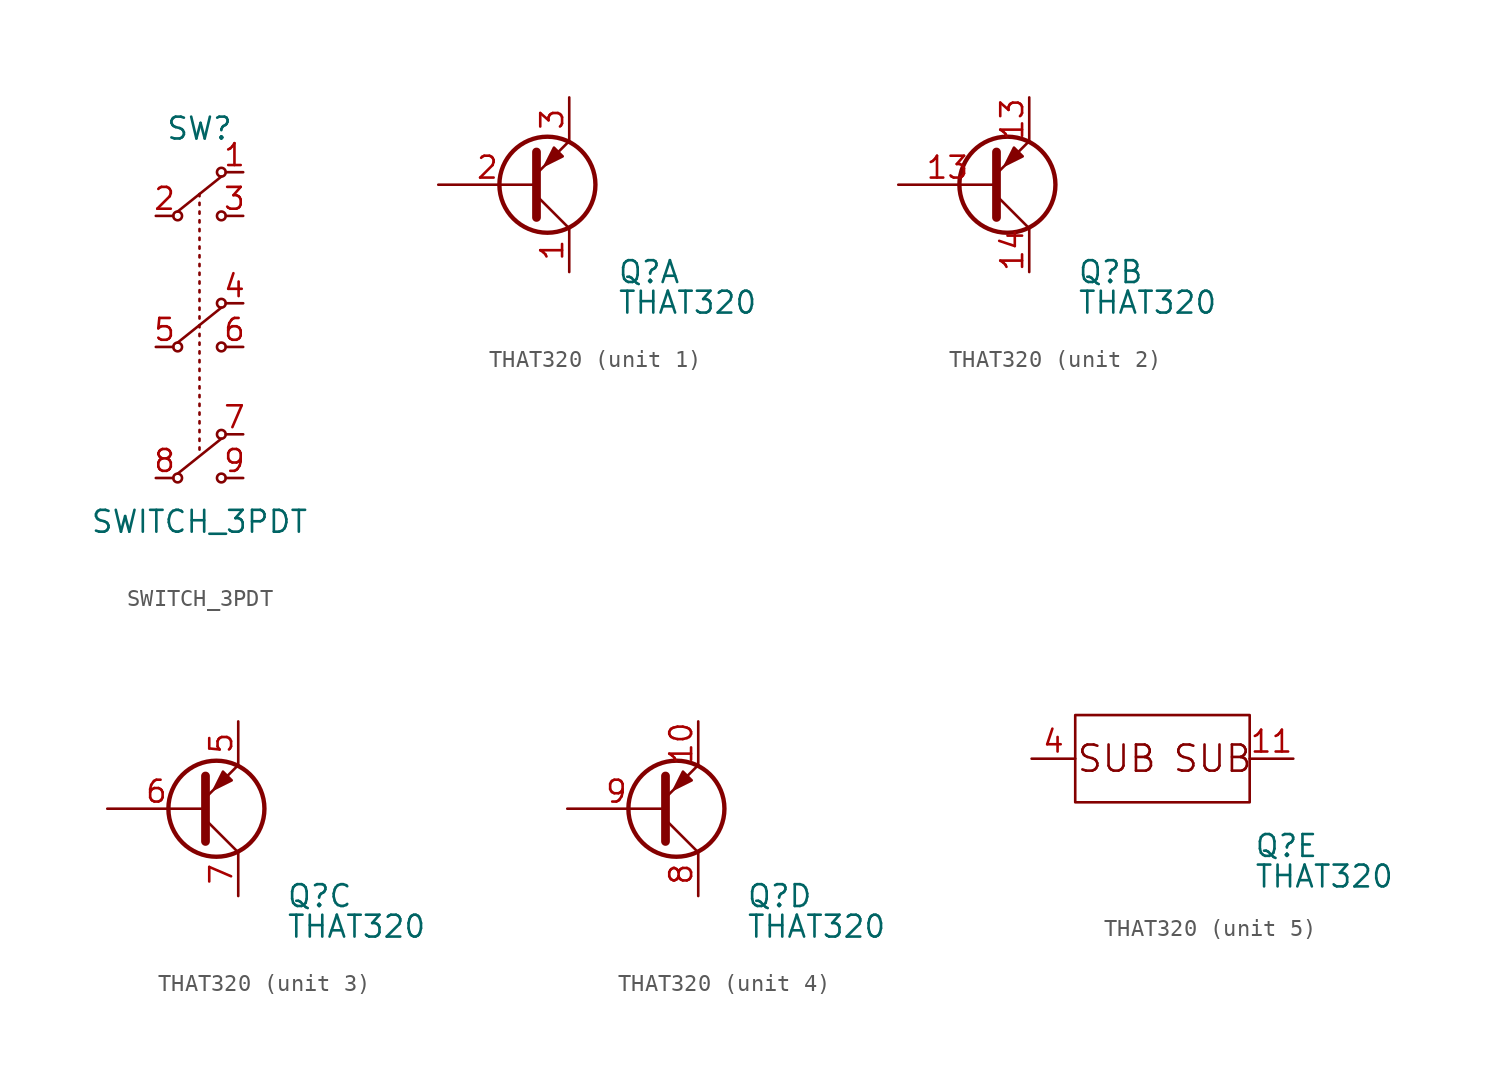
<source format=kicad_sym>
(kicad_symbol_lib
  (version 20211014)
  (generator kicad_symbol_editor)
  (symbol "SWITCH_3PDT"
    (pin_names
      (offset 0.025) hide)
    (property "Reference" "SW"
      (at 0 12.7 0)
      (effects (font (size 1.27 1.27))))
    (property "Value" "SWITCH_3PDT"
      (at 0 -10.16 0)
      (effects (font (size 1.27 1.27))))
    (symbol "SWITCH_3PDT_1_1"
      (circle (center -1.27 -7.62) (radius 0.254) (stroke (width 0) (type default) (color 0 0 0 0)) (fill (type none)))
      (circle (center -1.27 0) (radius 0.254) (stroke (width 0) (type default) (color 0 0 0 0)) (fill (type none)))
      (circle (center -1.27 7.62) (radius 0.254) (stroke (width 0) (type default) (color 0 0 0 0)) (fill (type none)))
      (polyline (pts (xy -1.27 -7.366) (xy 1.27 -5.334)) (stroke (width 0) (type default) (color 0 0 0 0)) (fill (type none)))
      (polyline (pts (xy -1.27 0.254) (xy 1.27 2.286)) (stroke (width 0) (type default) (color 0 0 0 0)) (fill (type none)))
      (polyline (pts (xy -1.27 7.874) (xy 1.27 9.906)) (stroke (width 0) (type default) (color 0 0 0 0)) (fill (type none)))
      (polyline (pts (xy 0 -5.842) (xy 0 -5.969)) (stroke (width 0) (type default) (color 0 0 0 0)) (fill (type none)))
      (polyline (pts (xy 0 -5.334) (xy 0 -5.461)) (stroke (width 0) (type default) (color 0 0 0 0)) (fill (type none)))
      (polyline (pts (xy 0 -4.826) (xy 0 -4.953)) (stroke (width 0) (type default) (color 0 0 0 0)) (fill (type none)))
      (polyline (pts (xy 0 -4.318) (xy 0 -4.445)) (stroke (width 0) (type default) (color 0 0 0 0)) (fill (type none)))
      (polyline (pts (xy 0 -3.81) (xy 0 -3.937)) (stroke (width 0) (type default) (color 0 0 0 0)) (fill (type none)))
      (polyline (pts (xy 0 -3.302) (xy 0 -3.429)) (stroke (width 0) (type default) (color 0 0 0 0)) (fill (type none)))
      (polyline (pts (xy 0 -2.794) (xy 0 -2.921)) (stroke (width 0) (type default) (color 0 0 0 0)) (fill (type none)))
      (polyline (pts (xy 0 -2.286) (xy 0 -2.413)) (stroke (width 0) (type default) (color 0 0 0 0)) (fill (type none)))
      (polyline (pts (xy 0 -1.778) (xy 0 -1.905)) (stroke (width 0) (type default) (color 0 0 0 0)) (fill (type none)))
      (polyline (pts (xy 0 -1.27) (xy 0 -1.397)) (stroke (width 0) (type default) (color 0 0 0 0)) (fill (type none)))
      (polyline (pts (xy 0 -0.762) (xy 0 -0.889)) (stroke (width 0) (type default) (color 0 0 0 0)) (fill (type none)))
      (polyline (pts (xy 0 -0.254) (xy 0 -0.381)) (stroke (width 0) (type default) (color 0 0 0 0)) (fill (type none)))
      (polyline (pts (xy 0 0.254) (xy 0 0.127)) (stroke (width 0) (type default) (color 0 0 0 0)) (fill (type none)))
      (polyline (pts (xy 0 0.762) (xy 0 0.635)) (stroke (width 0) (type default) (color 0 0 0 0)) (fill (type none)))
      (polyline (pts (xy 0 1.27) (xy 0 1.143)) (stroke (width 0) (type default) (color 0 0 0 0)) (fill (type none)))
      (polyline (pts (xy 0 1.778) (xy 0 1.651)) (stroke (width 0) (type default) (color 0 0 0 0)) (fill (type none)))
      (polyline (pts (xy 0 2.286) (xy 0 2.159)) (stroke (width 0) (type default) (color 0 0 0 0)) (fill (type none)))
      (polyline (pts (xy 0 2.794) (xy 0 2.667)) (stroke (width 0) (type default) (color 0 0 0 0)) (fill (type none)))
      (polyline (pts (xy 0 3.302) (xy 0 3.175)) (stroke (width 0) (type default) (color 0 0 0 0)) (fill (type none)))
      (polyline (pts (xy 0 3.81) (xy 0 3.683)) (stroke (width 0) (type default) (color 0 0 0 0)) (fill (type none)))
      (polyline (pts (xy 0 4.318) (xy 0 4.191)) (stroke (width 0) (type default) (color 0 0 0 0)) (fill (type none)))
      (polyline (pts (xy 0 4.826) (xy 0 4.699)) (stroke (width 0) (type default) (color 0 0 0 0)) (fill (type none)))
      (polyline (pts (xy 0 5.334) (xy 0 5.207)) (stroke (width 0) (type default) (color 0 0 0 0)) (fill (type none)))
      (polyline (pts (xy 0 5.842) (xy 0 5.715)) (stroke (width 0) (type default) (color 0 0 0 0)) (fill (type none)))
      (polyline (pts (xy 0 6.35) (xy 0 6.223)) (stroke (width 0) (type default) (color 0 0 0 0)) (fill (type none)))
      (polyline (pts (xy 0 6.858) (xy 0 6.731)) (stroke (width 0) (type default) (color 0 0 0 0)) (fill (type none)))
      (polyline (pts (xy 0 7.366) (xy 0 7.239)) (stroke (width 0) (type default) (color 0 0 0 0)) (fill (type none)))
      (polyline (pts (xy 0 7.874) (xy 0 7.747)) (stroke (width 0) (type default) (color 0 0 0 0)) (fill (type none)))
      (polyline (pts (xy 0 8.382) (xy 0 8.255)) (stroke (width 0) (type default) (color 0 0 0 0)) (fill (type none)))
      (polyline (pts (xy 0 8.89) (xy 0 8.763)) (stroke (width 0) (type default) (color 0 0 0 0)) (fill (type none)))
      (circle (center 1.27 -7.62) (radius 0.254) (stroke (width 0) (type default) (color 0 0 0 0)) (fill (type none)))
      (circle (center 1.27 -5.08) (radius 0.254) (stroke (width 0) (type default) (color 0 0 0 0)) (fill (type none)))
      (circle (center 1.27 0) (radius 0.254) (stroke (width 0) (type default) (color 0 0 0 0)) (fill (type none)))
      (circle (center 1.27 2.54) (radius 0.254) (stroke (width 0) (type default) (color 0 0 0 0)) (fill (type none)))
      (circle (center 1.27 7.62) (radius 0.254) (stroke (width 0) (type default) (color 0 0 0 0)) (fill (type none)))
      (circle (center 1.27 10.16) (radius 0.254) (stroke (width 0) (type default) (color 0 0 0 0)) (fill (type none)))
      (pin passive line (at 2.54 10.16 180) (length 1.016) (name "\"~{\"}" (effects (font (size 1.27 1.27)))) (number "1" (effects (font (size 1.27 1.27)))))
      (pin passive line (at -2.54 7.62 0) (length 1.016) (name "\"~{\"}" (effects (font (size 1.27 1.27)))) (number "2" (effects (font (size 1.27 1.27)))))
      (pin passive line (at 2.54 7.62 180) (length 1.016) (name "\"~{\"}" (effects (font (size 1.27 1.27)))) (number "3" (effects (font (size 1.27 1.27)))))
      (pin passive line (at 2.54 2.54 180) (length 1.016) (name "\"~{\"}" (effects (font (size 1.27 1.27)))) (number "4" (effects (font (size 1.27 1.27)))))
      (pin passive line (at -2.54 0 0) (length 1.016) (name "\"~{\"}" (effects (font (size 1.27 1.27)))) (number "5" (effects (font (size 1.27 1.27)))))
      (pin passive line (at 2.54 0 180) (length 1.016) (name "\"~{\"}" (effects (font (size 1.27 1.27)))) (number "6" (effects (font (size 1.27 1.27)))))
      (pin passive line (at 2.54 -5.08 180) (length 1.016) (name "\"~{\"}" (effects (font (size 1.27 1.27)))) (number "7" (effects (font (size 1.27 1.27)))))
      (pin passive line (at -2.54 -7.62 0) (length 1.016) (name "\"~{\"}" (effects (font (size 1.27 1.27)))) (number "8" (effects (font (size 1.27 1.27)))))
      (pin passive line (at 2.54 -7.62 180) (length 1.016) (name "\"~{\"}" (effects (font (size 1.27 1.27)))) (number "9" (effects (font (size 1.27 1.27)))))))
  (symbol "THAT320"
    (pin_names
      (offset 0) hide)
    (property "Reference" "Q"
      (at 5.334 -5.08 0)
      (effects (font (size 1.27 1.27)) (justify left)))
    (property "Value" "THAT320"
      (at 5.334 -6.858 0)
      (effects (font (size 1.27 1.27)) (justify left)))
    (property "Footprint" ""
      (at 3.048 2.54 0)
      (effects (font (size 1.27 1.27))))
    (property "Datasheet" ""
      (at -2.032 0 0)
      (effects (font (size 1.27 1.27))))
    (property "ki_locked" ""
      (at 0 0 0)
      (effects (font (size 1.27 1.27))))
    (symbol "THAT320_1_0"
      (polyline (pts (xy 2.54 -2.54) (xy 0.635 -0.635)) (stroke (width 0) (type default) (color 0 0 0 0)) (fill (type none))))
    (symbol "THAT320_1_1"
      (polyline (pts (xy 2.54 2.54) (xy 0.635 0.635)) (stroke (width 0) (type default) (color 0 0 0 0)) (fill (type none)))
      (polyline (pts (xy 0.635 1.905) (xy 0.635 -1.905) (xy 0.635 -1.905)) (stroke (width 0.508) (type default) (color 0 0 0 0)) (fill (type none)))
      (polyline (pts (xy 2.159 1.651) (xy 1.651 2.159) (xy 1.143 1.143) (xy 2.159 1.651)) (stroke (width 0) (type default) (color 0 0 0 0)) (fill (type outline)))
      (circle (center 1.27 0) (radius 2.794) (stroke (width 0.254) (type default) (color 0 0 0 0)) (fill (type none)))
      (pin passive line (at 2.54 -5.08 90) (length 2.54) (name "E" (effects (font (size 1.27 1.27)))) (number "1" (effects (font (size 1.27 1.27)))))
      (pin input line (at -5.08 0 0) (length 5.715) (name "B" (effects (font (size 1.27 1.27)))) (number "2" (effects (font (size 1.27 1.27)))))
      (pin passive line (at 2.54 5.08 270) (length 2.54) (name "C" (effects (font (size 1.27 1.27)))) (number "3" (effects (font (size 1.27 1.27))))))
    (symbol "THAT320_2_0"
      (polyline (pts (xy 2.54 -2.54) (xy 0.635 -0.635)) (stroke (width 0) (type default) (color 0 0 0 0)) (fill (type none))))
    (symbol "THAT320_2_1"
      (polyline (pts (xy 2.54 2.54) (xy 0.635 0.635)) (stroke (width 0) (type default) (color 0 0 0 0)) (fill (type none)))
      (polyline (pts (xy 0.635 1.905) (xy 0.635 -1.905) (xy 0.635 -1.905)) (stroke (width 0.508) (type default) (color 0 0 0 0)) (fill (type none)))
      (polyline (pts (xy 2.159 1.651) (xy 1.651 2.159) (xy 1.143 1.143) (xy 2.159 1.651)) (stroke (width 0) (type default) (color 0 0 0 0)) (fill (type outline)))
      (circle (center 1.27 0) (radius 2.794) (stroke (width 0.254) (type default) (color 0 0 0 0)) (fill (type none)))
      (pin input line (at -5.08 0 0) (length 5.715) (name "B" (effects (font (size 1.27 1.27)))) (number "13" (effects (font (size 1.27 1.27)))))
      (pin passive line (at 2.54 5.08 270) (length 2.54) (name "C" (effects (font (size 1.27 1.27)))) (number "13" (effects (font (size 1.27 1.27)))))
      (pin passive line (at 2.54 -5.08 90) (length 2.54) (name "E" (effects (font (size 1.27 1.27)))) (number "14" (effects (font (size 1.27 1.27))))))
    (symbol "THAT320_3_0"
      (polyline (pts (xy 2.54 -2.54) (xy 0.635 -0.635)) (stroke (width 0) (type default) (color 0 0 0 0)) (fill (type none))))
    (symbol "THAT320_3_1"
      (polyline (pts (xy 2.54 2.54) (xy 0.635 0.635)) (stroke (width 0) (type default) (color 0 0 0 0)) (fill (type none)))
      (polyline (pts (xy 0.635 1.905) (xy 0.635 -1.905) (xy 0.635 -1.905)) (stroke (width 0.508) (type default) (color 0 0 0 0)) (fill (type none)))
      (polyline (pts (xy 2.159 1.651) (xy 1.651 2.159) (xy 1.143 1.143) (xy 2.159 1.651)) (stroke (width 0) (type default) (color 0 0 0 0)) (fill (type outline)))
      (circle (center 1.27 0) (radius 2.794) (stroke (width 0.254) (type default) (color 0 0 0 0)) (fill (type none)))
      (pin passive line (at 2.54 5.08 270) (length 2.54) (name "C" (effects (font (size 1.27 1.27)))) (number "5" (effects (font (size 1.27 1.27)))))
      (pin input line (at -5.08 0 0) (length 5.715) (name "B" (effects (font (size 1.27 1.27)))) (number "6" (effects (font (size 1.27 1.27)))))
      (pin passive line (at 2.54 -5.08 90) (length 2.54) (name "E" (effects (font (size 1.27 1.27)))) (number "7" (effects (font (size 1.27 1.27))))))
    (symbol "THAT320_4_0"
      (polyline (pts (xy 2.54 -2.54) (xy 0.635 -0.635)) (stroke (width 0) (type default) (color 0 0 0 0)) (fill (type none))))
    (symbol "THAT320_4_1"
      (polyline (pts (xy 2.54 2.54) (xy 0.635 0.635)) (stroke (width 0) (type default) (color 0 0 0 0)) (fill (type none)))
      (polyline (pts (xy 0.635 1.905) (xy 0.635 -1.905) (xy 0.635 -1.905)) (stroke (width 0.508) (type default) (color 0 0 0 0)) (fill (type none)))
      (polyline (pts (xy 2.159 1.651) (xy 1.651 2.159) (xy 1.143 1.143) (xy 2.159 1.651)) (stroke (width 0) (type default) (color 0 0 0 0)) (fill (type outline)))
      (circle (center 1.27 0) (radius 2.794) (stroke (width 0.254) (type default) (color 0 0 0 0)) (fill (type none)))
      (pin input line (at 2.54 5.08 270) (length 2.54) (name "~" (effects (font (size 1.27 1.27)))) (number "10" (effects (font (size 1.27 1.27)))))
      (pin passive line (at 2.54 -5.08 90) (length 2.54) (name "E" (effects (font (size 1.27 1.27)))) (number "8" (effects (font (size 1.27 1.27)))))
      (pin input line (at -5.08 0 0) (length 5.715) (name "B" (effects (font (size 1.27 1.27)))) (number "9" (effects (font (size 1.27 1.27))))))
    (symbol "THAT320_5_0"
      (text "SUB" (at -2.667 0 0) (effects (font (size 1.524 1.524))))
      (text "SUB" (at 2.921 0 0) (effects (font (size 1.524 1.524)))))
    (symbol "THAT320_5_1"
      (rectangle (start -5.08 2.54) (end 5.08 -2.54) (stroke (width 0) (type default) (color 0 0 0 0)) (fill (type none)))
      (pin passive line (at 7.62 0 180) (length 2.54) (name "E" (effects (font (size 1.27 1.27)))) (number "11" (effects (font (size 1.27 1.27)))))
      (pin input line (at -7.62 0 0) (length 2.54) (name "B" (effects (font (size 1.27 1.27)))) (number "4" (effects (font (size 1.27 1.27))))))))
</source>
